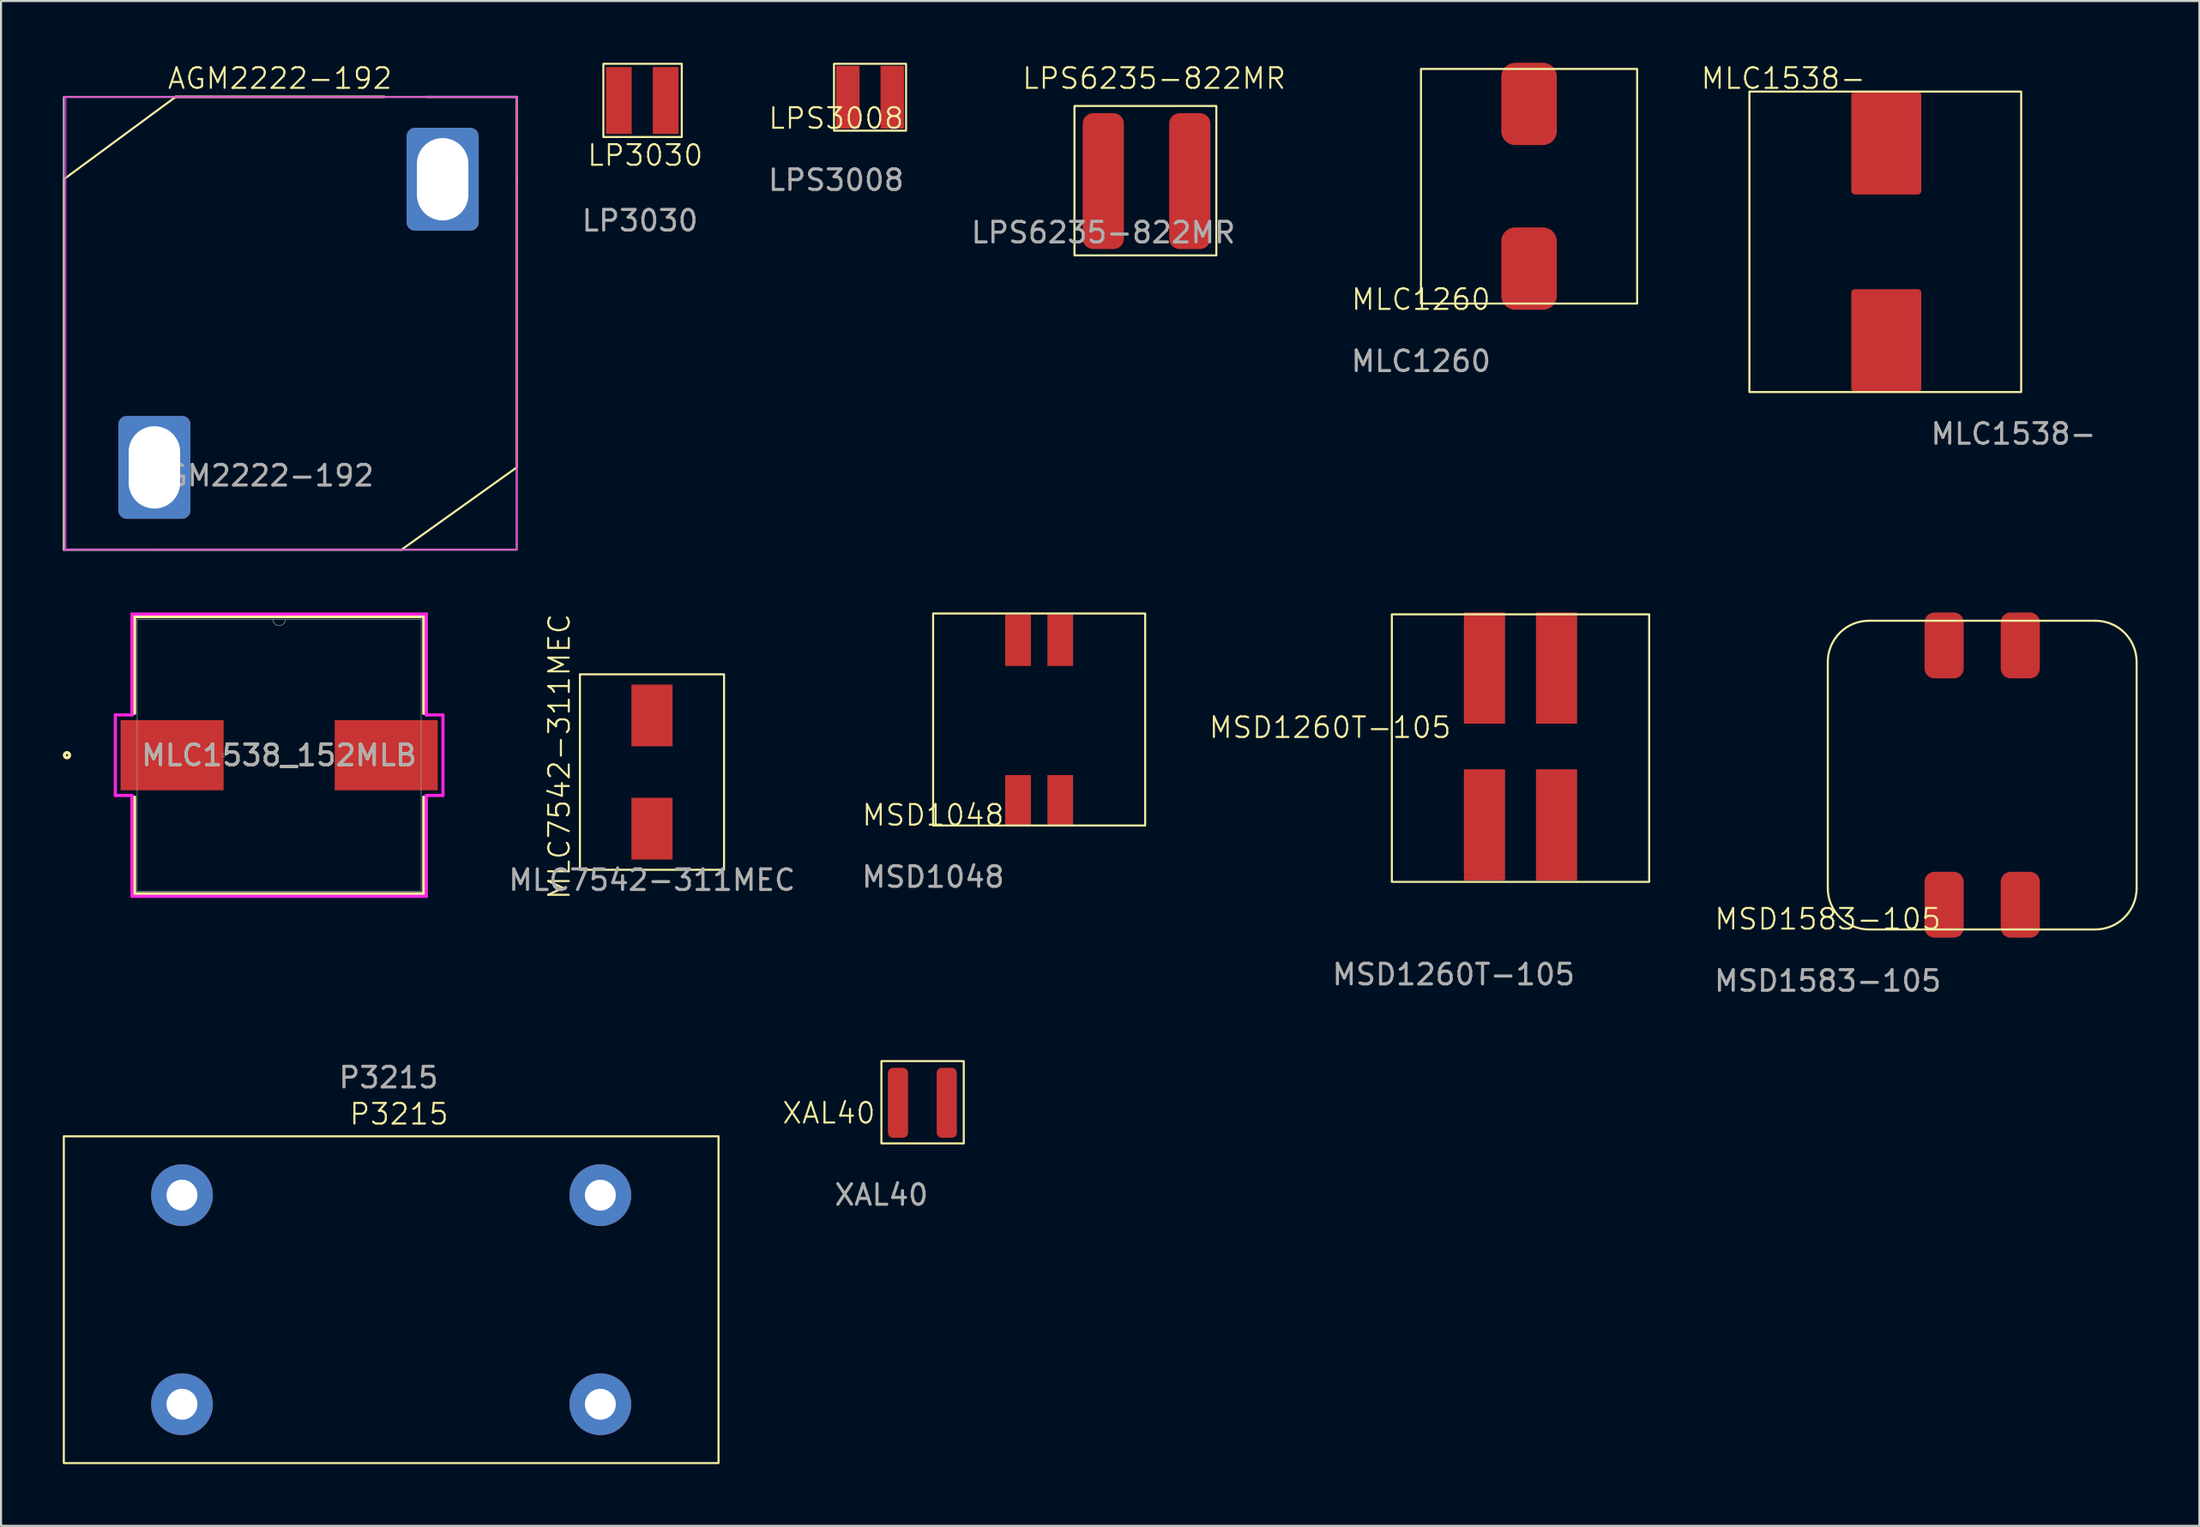
<source format=kicad_pcb>
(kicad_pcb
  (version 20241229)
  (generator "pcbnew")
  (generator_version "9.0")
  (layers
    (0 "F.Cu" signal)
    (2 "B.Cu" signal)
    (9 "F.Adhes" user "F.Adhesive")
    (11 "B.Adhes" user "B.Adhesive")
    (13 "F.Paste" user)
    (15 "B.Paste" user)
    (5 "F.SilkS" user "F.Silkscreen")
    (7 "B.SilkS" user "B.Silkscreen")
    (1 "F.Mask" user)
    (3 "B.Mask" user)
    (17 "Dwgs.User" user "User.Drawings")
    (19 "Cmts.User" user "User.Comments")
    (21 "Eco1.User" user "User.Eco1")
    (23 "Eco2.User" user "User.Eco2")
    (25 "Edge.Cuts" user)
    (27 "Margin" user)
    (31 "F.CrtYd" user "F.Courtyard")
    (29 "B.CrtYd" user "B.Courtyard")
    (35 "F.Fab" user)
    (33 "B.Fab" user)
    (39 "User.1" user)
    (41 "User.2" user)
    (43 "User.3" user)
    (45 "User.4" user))
  (footprint "MLC1538_152MLB"
    (layer "F.Cu")
    (at 10.509 33.645)
    (property "Reference" "MLC1538_152MLB" (at 0 0 0) (unlocked yes) (layer "F.SilkS") (effects (font (size 1 1) (thickness 0.15))))
    (attr smd)
    (fp_line (start -7.023 -6.731) (end -7.023 -2.035) (stroke (width 0.152) (type solid)) (layer "F.SilkS"))
    (fp_line (start -7.023 2.035) (end -7.023 6.731) (stroke (width 0.152) (type solid)) (layer "F.SilkS"))
    (fp_line (start -7.023 6.731) (end 7.023 6.731) (stroke (width 0.152) (type solid)) (layer "F.SilkS"))
    (fp_line (start 7.023 -6.731) (end -7.023 -6.731) (stroke (width 0.152) (type solid)) (layer "F.SilkS"))
    (fp_line (start 7.023 -2.035) (end 7.023 -6.731) (stroke (width 0.152) (type solid)) (layer "F.SilkS"))
    (fp_line (start 7.023 6.731) (end 7.023 2.035) (stroke (width 0.152) (type solid)) (layer "F.SilkS"))
    (fp_circle (center -10.305 0) (end -10.178 0) (stroke (width 0.152) (type solid)) (fill no) (layer "F.SilkS"))
    (fp_line (start -7.956 -1.956) (end -7.15 -1.956) (stroke (width 0.152) (type solid)) (layer "F.CrtYd"))
    (fp_line (start -7.956 1.956) (end -7.956 -1.956) (stroke (width 0.152) (type solid)) (layer "F.CrtYd"))
    (fp_line (start -7.956 1.956) (end -7.15 1.956) (stroke (width 0.152) (type solid)) (layer "F.CrtYd"))
    (fp_line (start -7.15 -6.858) (end 7.15 -6.858) (stroke (width 0.152) (type solid)) (layer "F.CrtYd"))
    (fp_line (start -7.15 -1.956) (end -7.15 -6.858) (stroke (width 0.152) (type solid)) (layer "F.CrtYd"))
    (fp_line (start -7.15 6.858) (end -7.15 1.956) (stroke (width 0.152) (type solid)) (layer "F.CrtYd"))
    (fp_line (start 7.15 -6.858) (end 7.15 -1.956) (stroke (width 0.152) (type solid)) (layer "F.CrtYd"))
    (fp_line (start 7.15 1.956) (end 7.15 6.858) (stroke (width 0.152) (type solid)) (layer "F.CrtYd"))
    (fp_line (start 7.15 6.858) (end -7.15 6.858) (stroke (width 0.152) (type solid)) (layer "F.CrtYd"))
    (fp_line (start 7.956 -1.956) (end 7.15 -1.956) (stroke (width 0.152) (type solid)) (layer "F.CrtYd"))
    (fp_line (start 7.956 -1.956) (end 7.956 1.956) (stroke (width 0.152) (type solid)) (layer "F.CrtYd"))
    (fp_line (start 7.956 1.956) (end 7.15 1.956) (stroke (width 0.152) (type solid)) (layer "F.CrtYd"))
    (fp_line (start -6.896 -6.604) (end -6.896 6.604) (stroke (width 0.025) (type solid)) (layer "F.Fab"))
    (fp_line (start -6.896 6.604) (end 6.896 6.604) (stroke (width 0.025) (type solid)) (layer "F.Fab"))
    (fp_line (start 6.896 -6.604) (end -6.896 -6.604) (stroke (width 0.025) (type solid)) (layer "F.Fab"))
    (fp_line (start 6.896 6.604) (end 6.896 -6.604) (stroke (width 0.025) (type solid)) (layer "F.Fab"))
    (fp_arc (start 0.3048 -6.604) (mid 0 -6.2992) (end -0.3048 -6.604) (stroke (width 0.0254) (type solid)) (layer "F.Fab"))
    (fp_circle (center -2.698 0) (end -2.622 0) (stroke (width 0.025) (type solid)) (fill no) (layer "F.Fab"))
    (fp_text user "${REFERENCE}" (at 0 0 0) (unlocked yes) (layer "F.Fab") (effects (font (size 1 1) (thickness 0.15))))
    (pad "1" smd rect (at -5.2 0) (size 5.004 3.404) (layers "F.Cu" "F.Mask" "F.Paste"))
    (pad "2" smd rect (at 5.2 0) (size 5.004 3.404) (layers "F.Cu" "F.Mask" "F.Paste")))
  (footprint "MSD1260T-105"
    (layer "F.Cu")
    (at 68.054 38.3)
    (property "Reference" "MSD1260T-105" (at -6.5 -6 0) (unlocked yes) (layer "F.SilkS") (effects (font (size 1 1) (thickness 0.1))))
    (attr smd)
    (fp_rect (start -3.5 -11.5) (end 9 1.5) (stroke (width 0.1) (type default)) (fill no) (layer "F.SilkS"))
    (fp_text user "${REFERENCE}" (at -0.5 6 0) (unlocked yes) (layer "F.Fab") (effects (font (size 1 1) (thickness 0.15))))
    (pad "1" smd roundrect (at 4.5 -8.89) (size 2 5.4) (layers "F.Cu" "F.Mask" "F.Paste") (roundrect_rratio 0.01))
    (pad "2" smd roundrect (at 1 -8.89) (size 2 5.4) (layers "F.Cu" "F.Mask" "F.Paste") (roundrect_rratio 0.01))
    (pad "3" smd roundrect (at 1 -1.27) (size 2 5.4) (layers "F.Cu" "F.Mask" "F.Paste") (roundrect_rratio 0.01))
    (pad "4" smd rect (at 4.5 -1.27) (size 2 5.4) (layers "F.Cu" "F.Mask" "F.Paste")))
  (footprint "MLC1260"
    (layer "F.Cu")
    (at 65.969 12)
    (property "Reference" "MLC1260" (at 0 -0.5 0) (unlocked yes) (layer "F.SilkS") (effects (font (size 1 1) (thickness 0.1))))
    (attr smd)
    (fp_rect (start 0 -11.7) (end 10.5 -0.3) (stroke (width 0.1) (type default)) (fill no) (layer "F.SilkS"))
    (fp_text user "${REFERENCE}" (at 0 2.5 0) (unlocked yes) (layer "F.Fab") (effects (font (size 1 1) (thickness 0.15))))
    (pad "1" smd roundrect (at 5.25 -2) (size 2.7 4) (layers "F.Cu" "F.Mask" "F.Paste") (roundrect_rratio 0.25))
    (pad "2" smd roundrect (at 5.25 -10) (size 2.7 4) (layers "F.Cu" "F.Mask" "F.Paste") (roundrect_rratio 0.25)))
  (footprint "AGM2222-192"
    (layer "F.Cu")
    (at 4.45 19.66)
    (property "Reference" "AGM2222-192" (at 6.1 -18.9 0) (unlocked yes) (layer "F.SilkS") (effects (font (size 1 1) (thickness 0.1))))
    (attr smd)
    (fp_line (start -4.4 -14) (end 1.035 -18.005) (stroke (width 0.1) (type default)) (layer "F.SilkS"))
    (fp_line (start -4.4 0) (end -4.4 -14) (stroke (width 0.1) (type default)) (layer "F.SilkS"))
    (fp_line (start -4.4 0) (end -4.4 4) (stroke (width 0.1) (type default)) (layer "F.SilkS"))
    (fp_line (start -4.4 4) (end 0 4) (stroke (width 0.1) (type default)) (layer "F.SilkS"))
    (fp_line (start 0 4) (end 12 4) (stroke (width 0.1) (type default)) (layer "F.SilkS"))
    (fp_line (start 1.035 -18.005) (end 11.165 -18.005) (stroke (width 0.12) (type solid)) (layer "F.SilkS"))
    (fp_line (start 12 4) (end 17.6 0) (stroke (width 0.1) (type default)) (layer "F.SilkS"))
    (fp_line (start 17.6 -18) (end 13.2 -18) (stroke (width 0.1) (type default)) (layer "F.SilkS"))
    (fp_line (start 17.6 -14) (end 17.6 -18) (stroke (width 0.1) (type default)) (layer "F.SilkS"))
    (fp_line (start 17.6 0) (end 17.6 -14) (stroke (width 0.1) (type default)) (layer "F.SilkS"))
    (fp_line (start -4.4 -18) (end 17.6 -18) (stroke (width 0.05) (type solid)) (layer "F.CrtYd"))
    (fp_line (start -4.4 4) (end 17.6 4) (stroke (width 0.05) (type solid)) (layer "F.CrtYd"))
    (fp_line (start -4.3 4) (end -4.3 -18) (stroke (width 0.05) (type solid)) (layer "F.CrtYd"))
    (fp_line (start 17.6 -18) (end 17.6 4) (stroke (width 0.05) (type solid)) (layer "F.CrtYd"))
    (fp_rect (start -4.4 4) (end 17.6 -18) (stroke (width 0.1) (type solid)) (fill no) (layer "F.Fab"))
    (fp_text user "${REFERENCE}" (at 5.2 0.4 0) (layer "F.Fab") (effects (font (size 1 1) (thickness 0.15))))
    (pad "1" thru_hole roundrect (at 0 0 270) (size 5 3.5) (drill oval 4 2.5) (layers "*.Cu" "*.Mask") (roundrect_rratio 0.116))
    (pad "2" thru_hole roundrect (at 14 -14 270) (size 5 3.5) (drill oval 4 2.5) (layers "*.Cu" "*.Mask") (roundrect_rratio 0.116)))
  (footprint "LP3030"
    (layer "F.Cu")
    (at 26.257 3.608)
    (property "Reference" "LP3030" (at 2.032 0.889 0) (unlocked yes) (layer "F.SilkS") (effects (font (size 1 1) (thickness 0.1))))
    (attr smd)
    (fp_rect (start 0 -3.558) (end 3.808 0) (stroke (width 0.1) (type default)) (fill no) (layer "F.SilkS"))
    (fp_text user "${REFERENCE}" (at 1.778 4.064 0) (unlocked yes) (layer "F.Fab") (effects (font (size 1 1) (thickness 0.15))))
    (pad "1" smd custom (at 0.75 -1.775 90) (size 3.25 1.25) (layers "F.Cu" "F.Mask" "F.Paste") (options (anchor rect)) (primitives))
    (pad "2" smd custom (at 3.025 -1.775 90) (size 3.25 1.25) (layers "F.Cu" "F.Mask" "F.Paste") (options (anchor rect)) (primitives)))
  (footprint "MLC7542-311MEC"
    (layer "F.Cu")
    (at 28.618 35.713)
    (property "Reference" "MLC7542-311MEC" (at -4.5 -2 90) (unlocked yes) (layer "F.SilkS") (effects (font (size 1 1) (thickness 0.1))))
    (attr smd)
    (fp_rect (start -3.5 -6) (end 3.5 3.5) (stroke (width 0.1) (type default)) (fill no) (layer "F.SilkS"))
    (fp_text user "${REFERENCE}" (at 0 4 0) (unlocked yes) (layer "F.Fab") (effects (font (size 1 1) (thickness 0.15))))
    (pad "1" smd roundrect (at 0 1.5) (size 2 3) (layers "F.Cu" "F.Mask" "F.Paste") (roundrect_rratio 0.01))
    (pad "2" smd roundrect (at 0 -4) (size 2 3) (layers "F.Cu" "F.Mask" "F.Paste") (roundrect_rratio 0.01)))
  (footprint "P3215"
    (layer "F.Cu")
    (at 5.79 65.182)
    (property "Reference" "P3215" (at 10.541 -14.097 0) (unlocked yes) (layer "F.SilkS") (effects (font (size 1 1) (thickness 0.1))))
    (attr through_hole)
    (fp_rect (start -5.74 -13.02) (end 26.06 2.86) (stroke (width 0.1) (type default)) (fill no) (layer "F.SilkS"))
    (fp_text user "${REFERENCE}" (at 10.033 -15.875 0) (unlocked yes) (layer "F.Fab") (effects (font (size 1 1) (thickness 0.15))))
    (pad "1" thru_hole circle (at 0 0) (size 3 3) (drill 1.5) (layers "*.Cu" "*.Mask"))
    (pad "2" thru_hole circle (at 20.32 0) (size 3 3) (drill 1.5) (layers "*.Cu" "*.Mask"))
    (pad "3" thru_hole circle (at 20.32 -10.16) (size 3 3) (drill 1.5) (layers "*.Cu" "*.Mask"))
    (pad "4" thru_hole circle (at 0 -10.16) (size 3 3) (drill 1.5) (layers "*.Cu" "*.Mask")))
  (footprint "LPS3008"
    (layer "F.Cu")
    (at 37.559 3.2)
    (property "Reference" "LPS3008" (at 0 -0.5 0) (unlocked yes) (layer "F.SilkS") (effects (font (size 1 1) (thickness 0.1))))
    (attr smd)
    (fp_rect (start -0.1 -3.15) (end 3.4 0.1) (stroke (width 0.1) (type default)) (fill no) (layer "F.SilkS"))
    (fp_text user "${REFERENCE}" (at 0 2.5 0) (unlocked yes) (layer "F.Fab") (effects (font (size 1 1) (thickness 0.15))))
    (pad "1" smd roundrect (at 0.57 -1.525) (size 1.14 3.05) (layers "F.Cu" "F.Mask" "F.Paste") (roundrect_rratio 0.03))
    (pad "2" smd roundrect (at 2.73 -1.525) (size 1.14 3.05) (layers "F.Cu" "F.Mask" "F.Paste") (roundrect_rratio 0.03)))
  (footprint "MSD1048"
    (layer "F.Cu")
    (at 42.273 37.06)
    (property "Reference" "MSD1048" (at 0 -0.5 0) (unlocked yes) (layer "F.SilkS") (effects (font (size 1 1) (thickness 0.1))))
    (attr smd)
    (fp_rect (start 0 -10.3) (end 10.3 0) (stroke (width 0.1) (type default)) (fill no) (layer "F.SilkS"))
    (fp_text user "${REFERENCE}" (at 0 2.5 0) (unlocked yes) (layer "F.Fab") (effects (font (size 1 1) (thickness 0.15))))
    (pad "1" smd roundrect (at 6.175 -9) (size 1.25 2.5) (layers "F.Cu" "F.Mask" "F.Paste") (roundrect_rratio 0.001))
    (pad "2" smd roundrect (at 4.125 -9) (size 1.25 2.5) (layers "F.Cu" "F.Mask" "F.Paste") (roundrect_rratio 0.001))
    (pad "3" smd roundrect (at 4.125 -1.2) (size 1.25 2.5) (layers "F.Cu" "F.Mask" "F.Paste") (roundrect_rratio 0.001))
    (pad "4" smd roundrect (at 6.175 -1.2) (size 1.25 2.5) (layers "F.Cu" "F.Mask" "F.Paste") (roundrect_rratio 0.001)))
  (footprint "LPS6235-822MR"
    (layer "F.Cu")
    (at 50.539 5.75)
    (property "Reference" "LPS6235-822MR" (at 2.47 -4.99 0) (unlocked yes) (layer "F.SilkS") (effects (font (size 1 1) (thickness 0.1))))
    (attr smd)
    (fp_rect (start -1.4 -3.65) (end 5.49 3.61) (stroke (width 0.1) (type default)) (fill no) (layer "F.SilkS"))
    (fp_text user "${REFERENCE}" (at 0 2.5 0) (unlocked yes) (layer "F.Fab") (effects (font (size 1 1) (thickness 0.15))))
    (pad "1" smd roundrect (at 0 0) (size 2 6.6) (layers "F.Cu" "F.Mask" "F.Paste") (roundrect_rratio 0.25))
    (pad "2" smd roundrect (at 4.2 0) (size 2 6.6) (layers "F.Cu" "F.Mask" "F.Paste") (roundrect_rratio 0.25)))
  (footprint "XAL40"
    (layer "F.Cu")
    (at 39.762 52.509)
    (property "Reference" "XAL40" (at -2.55 -1.475 0) (unlocked yes) (layer "F.SilkS") (effects (font (size 1 1) (thickness 0.1))))
    (attr smd)
    (fp_rect (start 0 -4) (end 4 0) (stroke (width 0.1) (type default)) (fill no) (layer "F.SilkS"))
    (fp_text user "${REFERENCE}" (at 0 2.5 0) (unlocked yes) (layer "F.Fab") (effects (font (size 1 1) (thickness 0.15))))
    (pad "1" smd roundrect (at 0.805 -1.975) (size 0.98 3.4) (layers "F.Cu" "F.Mask" "F.Paste") (roundrect_rratio 0.25))
    (pad "2" smd roundrect (at 3.175 -1.975) (size 0.98 3.4) (layers "F.Cu" "F.Mask" "F.Paste") (roundrect_rratio 0.25)))
  (footprint "MSD1583-105"
    (layer "F.Cu")
    (at 85.729 42.111)
    (property "Reference" "MSD1583-105" (at 0 -0.5 0) (unlocked yes) (layer "F.SilkS") (effects (font (size 1 1) (thickness 0.1))))
    (attr smd)
    (fp_line (start 0 -13) (end 0 -2) (stroke (width 0.1) (type default)) (layer "F.SilkS"))
    (fp_line (start 2 -15) (end 13 -15) (stroke (width 0.1) (type default)) (layer "F.SilkS"))
    (fp_line (start 2 0) (end 13 0) (stroke (width 0.1) (type default)) (layer "F.SilkS"))
    (fp_line (start 15 -13) (end 15 -2) (stroke (width 0.1) (type default)) (layer "F.SilkS"))
    (fp_arc (start 0 -13) (mid 0.585786 -14.414214) (end 2 -15) (stroke (width 0.1) (type default)) (layer "F.SilkS"))
    (fp_arc (start 2 0) (mid 0.585786 -0.585786) (end 0 -2) (stroke (width 0.1) (type default)) (layer "F.SilkS"))
    (fp_arc (start 13 -15) (mid 14.414214 -14.414214) (end 15 -13) (stroke (width 0.1) (type default)) (layer "F.SilkS"))
    (fp_arc (start 15 -2) (mid 14.414214 -0.585786) (end 13 0) (stroke (width 0.1) (type default)) (layer "F.SilkS"))
    (fp_text user "${REFERENCE}" (at 0 2.5 0) (unlocked yes) (layer "F.Fab") (effects (font (size 1 1) (thickness 0.15))))
    (pad "1" smd roundrect (at 9.35 -1.2) (size 1.9 3.2) (layers "F.Cu" "F.Mask" "F.Paste") (roundrect_rratio 0.25))
    (pad "2" smd roundrect (at 5.65 -1.2) (size 1.9 3.2) (layers "F.Cu" "F.Mask" "F.Paste") (roundrect_rratio 0.25))
    (pad "3" smd roundrect (at 5.65 -13.8) (size 1.9 3.2) (layers "F.Cu" "F.Mask" "F.Paste") (roundrect_rratio 0.25))
    (pad "4" smd roundrect (at 9.35 -13.8) (size 1.9 3.2) (layers "F.Cu" "F.Mask" "F.Paste") (roundrect_rratio 0.25)))
  (footprint "MLC1538-"
    (layer "F.Cu")
    (at 86.871 16)
    (property "Reference" "MLC1538-" (at -3.302 -15.24 0) (unlocked yes) (layer "F.SilkS") (effects (font (size 1 1) (thickness 0.1))))
    (attr smd)
    (fp_rect (start -4.949 -14.6) (end 8.251 0) (stroke (width 0.1) (type default)) (fill no) (layer "F.SilkS"))
    (fp_text user "${REFERENCE}" (at 7.874 2.032 0) (unlocked yes) (layer "F.Fab") (effects (font (size 1 1) (thickness 0.15))))
    (pad "1" smd roundrect (at 1.7 -12.1) (size 3.4 5) (layers "F.Cu" "F.Mask" "F.Paste") (roundrect_rratio 0.05))
    (pad "2" smd roundrect (at 1.7 -2.5) (size 3.4 5) (layers "F.Cu" "F.Mask" "F.Paste") (roundrect_rratio 0.05)))
  (gr_rect
    (start -3 -3)
    (end 103.779 71.092)
    (stroke (width 0.1) (type default))
    (fill no)
    (layer "Edge.Cuts")))
</source>
